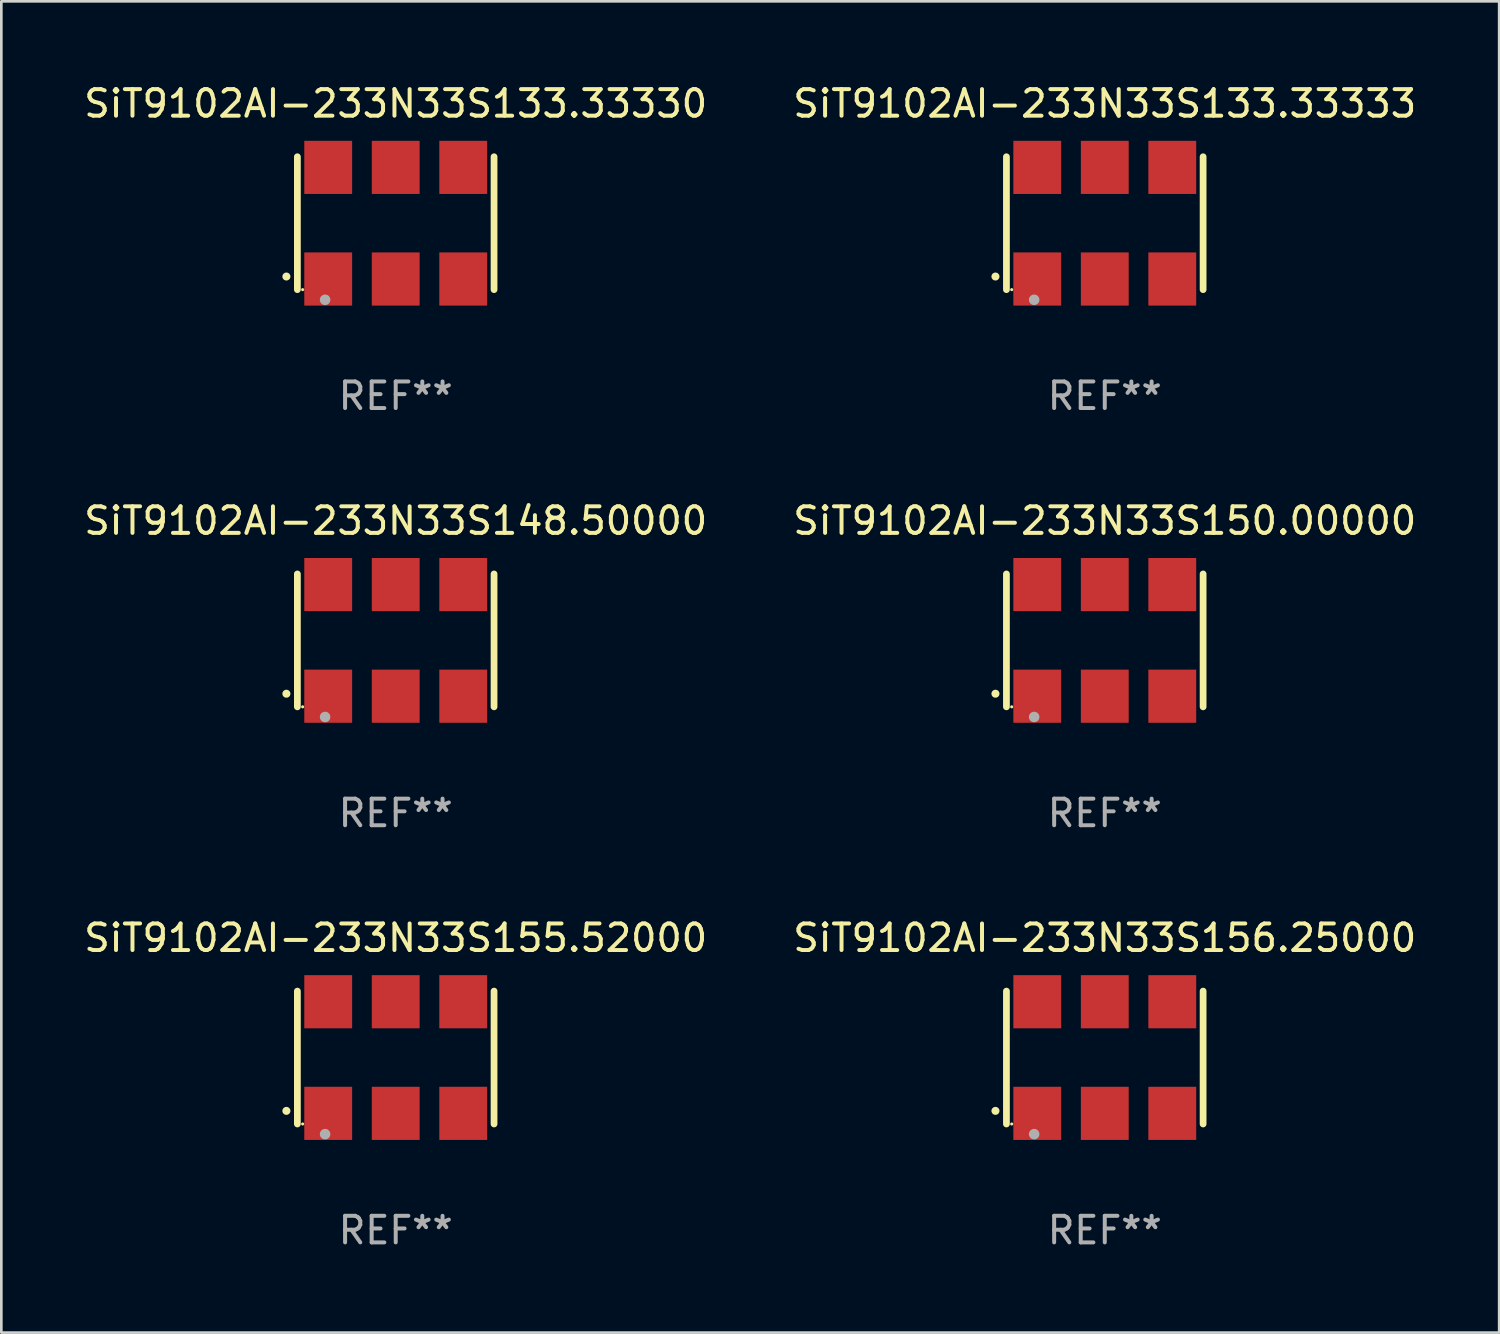
<source format=kicad_pcb>
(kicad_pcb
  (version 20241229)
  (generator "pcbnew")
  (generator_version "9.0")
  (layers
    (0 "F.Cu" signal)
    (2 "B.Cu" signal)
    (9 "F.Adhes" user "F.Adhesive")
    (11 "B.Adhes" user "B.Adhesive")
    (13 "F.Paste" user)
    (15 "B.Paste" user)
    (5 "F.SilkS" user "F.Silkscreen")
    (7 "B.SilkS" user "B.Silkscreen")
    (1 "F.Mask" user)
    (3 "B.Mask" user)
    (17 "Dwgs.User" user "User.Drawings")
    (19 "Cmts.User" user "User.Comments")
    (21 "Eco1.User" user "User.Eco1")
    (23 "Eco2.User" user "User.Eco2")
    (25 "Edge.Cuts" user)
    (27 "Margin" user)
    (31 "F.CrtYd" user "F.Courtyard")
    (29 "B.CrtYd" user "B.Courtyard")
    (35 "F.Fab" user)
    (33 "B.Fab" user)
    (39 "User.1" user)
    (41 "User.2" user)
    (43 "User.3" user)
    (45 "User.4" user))
  (footprint "SiT9102AI-233N33S133.33333"
    (layer "F.Cu")
    (at 38.518 5.348)
    (property "Reference" "SiT9102AI-233N33S133.33333" (at 0 -4.5 0) (layer "F.SilkS") (effects (font (size 1 1) (thickness 0.15))))
    (attr through_hole)
    (fp_line (start -3.7 -2.5) (end -3.7 2.5) (stroke (width 0.254) (type solid)) (layer "F.SilkS"))
    (fp_line (start 3.7 -2.5) (end 3.7 2.5) (stroke (width 0.254) (type solid)) (layer "F.SilkS"))
    (fp_arc (start -4.114415 2.006604) (mid -4.113145 2.006599) (end -4.111875 2.006604) (stroke (width 0.3) (type solid)) (layer "F.SilkS"))
    (fp_circle (center -3.502 2.5) (end -3.472 2.5) (stroke (width 0.06) (type solid)) (fill no) (layer "F.SilkS"))
    (fp_circle (center -2.657 2.882) (end -2.557 2.882) (stroke (width 0.2) (type solid)) (fill no) (layer "F.Fab"))
    (fp_text user "REF**" (at 0 6.5 0) (layer "F.Fab") (effects (font (size 1 1) (thickness 0.15))))
    (pad "1" smd rect (at -2.54 2.1) (size 1.8 2) (layers "F.Cu" "F.Mask" "F.Paste"))
    (pad "2" smd rect (at 0.000394 2.1) (size 1.8 2) (layers "F.Cu" "F.Mask" "F.Paste"))
    (pad "3" smd rect (at 2.54 2.1) (size 1.8 2) (layers "F.Cu" "F.Mask" "F.Paste"))
    (pad "4" smd rect (at 2.54 -2.1) (size 1.8 2) (layers "F.Cu" "F.Mask" "F.Paste"))
    (pad "5" smd rect (at 0.000394 -2.1) (size 1.8 2) (layers "F.Cu" "F.Mask" "F.Paste"))
    (pad "6" smd rect (at -2.54 -2.1) (size 1.8 2) (layers "F.Cu" "F.Mask" "F.Paste")))
  (footprint "SiT9102AI-233N33S148.50000"
    (layer "F.Cu")
    (at 11.839 21.045)
    (property "Reference" "SiT9102AI-233N33S148.50000" (at 0 -4.5 0) (layer "F.SilkS") (effects (font (size 1 1) (thickness 0.15))))
    (attr through_hole)
    (fp_line (start -3.7 -2.5) (end -3.7 2.5) (stroke (width 0.254) (type solid)) (layer "F.SilkS"))
    (fp_line (start 3.7 -2.5) (end 3.7 2.5) (stroke (width 0.254) (type solid)) (layer "F.SilkS"))
    (fp_arc (start -4.114415 2.006604) (mid -4.113145 2.006599) (end -4.111875 2.006604) (stroke (width 0.3) (type solid)) (layer "F.SilkS"))
    (fp_circle (center -3.502 2.5) (end -3.472 2.5) (stroke (width 0.06) (type solid)) (fill no) (layer "F.SilkS"))
    (fp_circle (center -2.657 2.882) (end -2.557 2.882) (stroke (width 0.2) (type solid)) (fill no) (layer "F.Fab"))
    (fp_text user "REF**" (at 0 6.5 0) (layer "F.Fab") (effects (font (size 1 1) (thickness 0.15))))
    (pad "1" smd rect (at -2.54 2.1) (size 1.8 2) (layers "F.Cu" "F.Mask" "F.Paste"))
    (pad "2" smd rect (at 0.000394 2.1) (size 1.8 2) (layers "F.Cu" "F.Mask" "F.Paste"))
    (pad "3" smd rect (at 2.54 2.1) (size 1.8 2) (layers "F.Cu" "F.Mask" "F.Paste"))
    (pad "4" smd rect (at 2.54 -2.1) (size 1.8 2) (layers "F.Cu" "F.Mask" "F.Paste"))
    (pad "5" smd rect (at 0.000394 -2.1) (size 1.8 2) (layers "F.Cu" "F.Mask" "F.Paste"))
    (pad "6" smd rect (at -2.54 -2.1) (size 1.8 2) (layers "F.Cu" "F.Mask" "F.Paste")))
  (footprint "SiT9102AI-233N33S133.33330"
    (layer "F.Cu")
    (at 11.839 5.348)
    (property "Reference" "SiT9102AI-233N33S133.33330" (at 0 -4.5 0) (layer "F.SilkS") (effects (font (size 1 1) (thickness 0.15))))
    (attr through_hole)
    (fp_line (start -3.7 -2.5) (end -3.7 2.5) (stroke (width 0.254) (type solid)) (layer "F.SilkS"))
    (fp_line (start 3.7 -2.5) (end 3.7 2.5) (stroke (width 0.254) (type solid)) (layer "F.SilkS"))
    (fp_arc (start -4.114415 2.006604) (mid -4.113145 2.006599) (end -4.111875 2.006604) (stroke (width 0.3) (type solid)) (layer "F.SilkS"))
    (fp_circle (center -3.502 2.5) (end -3.472 2.5) (stroke (width 0.06) (type solid)) (fill no) (layer "F.SilkS"))
    (fp_circle (center -2.657 2.882) (end -2.557 2.882) (stroke (width 0.2) (type solid)) (fill no) (layer "F.Fab"))
    (fp_text user "REF**" (at 0 6.5 0) (layer "F.Fab") (effects (font (size 1 1) (thickness 0.15))))
    (pad "1" smd rect (at -2.54 2.1) (size 1.8 2) (layers "F.Cu" "F.Mask" "F.Paste"))
    (pad "2" smd rect (at 0.000394 2.1) (size 1.8 2) (layers "F.Cu" "F.Mask" "F.Paste"))
    (pad "3" smd rect (at 2.54 2.1) (size 1.8 2) (layers "F.Cu" "F.Mask" "F.Paste"))
    (pad "4" smd rect (at 2.54 -2.1) (size 1.8 2) (layers "F.Cu" "F.Mask" "F.Paste"))
    (pad "5" smd rect (at 0.000394 -2.1) (size 1.8 2) (layers "F.Cu" "F.Mask" "F.Paste"))
    (pad "6" smd rect (at -2.54 -2.1) (size 1.8 2) (layers "F.Cu" "F.Mask" "F.Paste")))
  (footprint "SiT9102AI-233N33S155.52000"
    (layer "F.Cu")
    (at 11.839 36.741)
    (property "Reference" "SiT9102AI-233N33S155.52000" (at 0 -4.5 0) (layer "F.SilkS") (effects (font (size 1 1) (thickness 0.15))))
    (attr through_hole)
    (fp_line (start -3.7 -2.5) (end -3.7 2.5) (stroke (width 0.254) (type solid)) (layer "F.SilkS"))
    (fp_line (start 3.7 -2.5) (end 3.7 2.5) (stroke (width 0.254) (type solid)) (layer "F.SilkS"))
    (fp_arc (start -4.114415 2.006604) (mid -4.113145 2.006599) (end -4.111875 2.006604) (stroke (width 0.3) (type solid)) (layer "F.SilkS"))
    (fp_circle (center -3.502 2.5) (end -3.472 2.5) (stroke (width 0.06) (type solid)) (fill no) (layer "F.SilkS"))
    (fp_circle (center -2.657 2.882) (end -2.557 2.882) (stroke (width 0.2) (type solid)) (fill no) (layer "F.Fab"))
    (fp_text user "REF**" (at 0 6.5 0) (layer "F.Fab") (effects (font (size 1 1) (thickness 0.15))))
    (pad "1" smd rect (at -2.54 2.1) (size 1.8 2) (layers "F.Cu" "F.Mask" "F.Paste"))
    (pad "2" smd rect (at 0.000394 2.1) (size 1.8 2) (layers "F.Cu" "F.Mask" "F.Paste"))
    (pad "3" smd rect (at 2.54 2.1) (size 1.8 2) (layers "F.Cu" "F.Mask" "F.Paste"))
    (pad "4" smd rect (at 2.54 -2.1) (size 1.8 2) (layers "F.Cu" "F.Mask" "F.Paste"))
    (pad "5" smd rect (at 0.000394 -2.1) (size 1.8 2) (layers "F.Cu" "F.Mask" "F.Paste"))
    (pad "6" smd rect (at -2.54 -2.1) (size 1.8 2) (layers "F.Cu" "F.Mask" "F.Paste")))
  (footprint "SiT9102AI-233N33S156.25000"
    (layer "F.Cu")
    (at 38.518 36.741)
    (property "Reference" "SiT9102AI-233N33S156.25000" (at 0 -4.5 0) (layer "F.SilkS") (effects (font (size 1 1) (thickness 0.15))))
    (attr through_hole)
    (fp_line (start -3.7 -2.5) (end -3.7 2.5) (stroke (width 0.254) (type solid)) (layer "F.SilkS"))
    (fp_line (start 3.7 -2.5) (end 3.7 2.5) (stroke (width 0.254) (type solid)) (layer "F.SilkS"))
    (fp_arc (start -4.114415 2.006604) (mid -4.113145 2.006599) (end -4.111875 2.006604) (stroke (width 0.3) (type solid)) (layer "F.SilkS"))
    (fp_circle (center -3.502 2.5) (end -3.472 2.5) (stroke (width 0.06) (type solid)) (fill no) (layer "F.SilkS"))
    (fp_circle (center -2.657 2.882) (end -2.557 2.882) (stroke (width 0.2) (type solid)) (fill no) (layer "F.Fab"))
    (fp_text user "REF**" (at 0 6.5 0) (layer "F.Fab") (effects (font (size 1 1) (thickness 0.15))))
    (pad "1" smd rect (at -2.54 2.1) (size 1.8 2) (layers "F.Cu" "F.Mask" "F.Paste"))
    (pad "2" smd rect (at 0.000394 2.1) (size 1.8 2) (layers "F.Cu" "F.Mask" "F.Paste"))
    (pad "3" smd rect (at 2.54 2.1) (size 1.8 2) (layers "F.Cu" "F.Mask" "F.Paste"))
    (pad "4" smd rect (at 2.54 -2.1) (size 1.8 2) (layers "F.Cu" "F.Mask" "F.Paste"))
    (pad "5" smd rect (at 0.000394 -2.1) (size 1.8 2) (layers "F.Cu" "F.Mask" "F.Paste"))
    (pad "6" smd rect (at -2.54 -2.1) (size 1.8 2) (layers "F.Cu" "F.Mask" "F.Paste")))
  (footprint "SiT9102AI-233N33S150.00000"
    (layer "F.Cu")
    (at 38.518 21.045)
    (property "Reference" "SiT9102AI-233N33S150.00000" (at 0 -4.5 0) (layer "F.SilkS") (effects (font (size 1 1) (thickness 0.15))))
    (attr through_hole)
    (fp_line (start -3.7 -2.5) (end -3.7 2.5) (stroke (width 0.254) (type solid)) (layer "F.SilkS"))
    (fp_line (start 3.7 -2.5) (end 3.7 2.5) (stroke (width 0.254) (type solid)) (layer "F.SilkS"))
    (fp_arc (start -4.114415 2.006604) (mid -4.113145 2.006599) (end -4.111875 2.006604) (stroke (width 0.3) (type solid)) (layer "F.SilkS"))
    (fp_circle (center -3.502 2.5) (end -3.472 2.5) (stroke (width 0.06) (type solid)) (fill no) (layer "F.SilkS"))
    (fp_circle (center -2.657 2.882) (end -2.557 2.882) (stroke (width 0.2) (type solid)) (fill no) (layer "F.Fab"))
    (fp_text user "REF**" (at 0 6.5 0) (layer "F.Fab") (effects (font (size 1 1) (thickness 0.15))))
    (pad "1" smd rect (at -2.54 2.1) (size 1.8 2) (layers "F.Cu" "F.Mask" "F.Paste"))
    (pad "2" smd rect (at 0.000394 2.1) (size 1.8 2) (layers "F.Cu" "F.Mask" "F.Paste"))
    (pad "3" smd rect (at 2.54 2.1) (size 1.8 2) (layers "F.Cu" "F.Mask" "F.Paste"))
    (pad "4" smd rect (at 2.54 -2.1) (size 1.8 2) (layers "F.Cu" "F.Mask" "F.Paste"))
    (pad "5" smd rect (at 0.000394 -2.1) (size 1.8 2) (layers "F.Cu" "F.Mask" "F.Paste"))
    (pad "6" smd rect (at -2.54 -2.1) (size 1.8 2) (layers "F.Cu" "F.Mask" "F.Paste")))
  (gr_rect
    (start -3 -3)
    (end 53.357 47.09)
    (stroke (width 0.1) (type default))
    (fill no)
    (layer "Edge.Cuts")))
</source>
